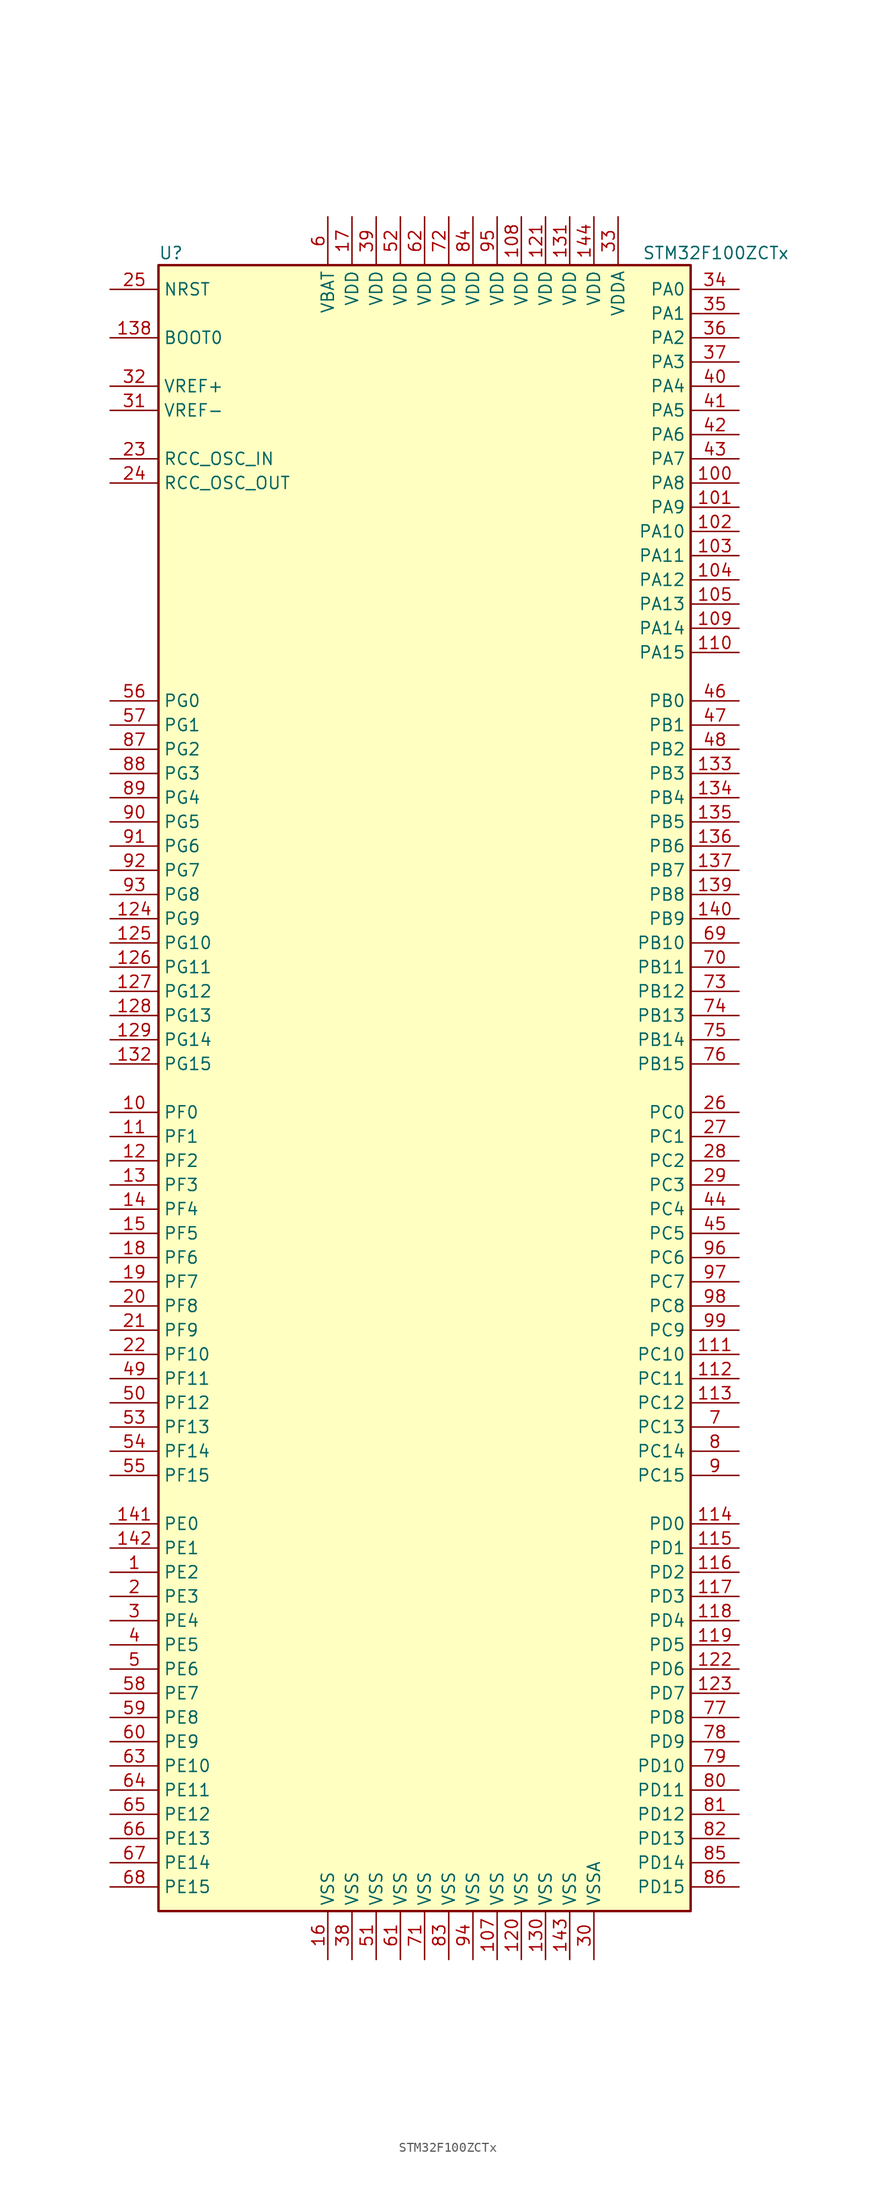
<source format=kicad_sym>
(kicad_symbol_lib
  (version 20201005)
  (generator kicad_symbol_editor)
  (symbol "STM32F100ZCTx"
    (property "Reference" "U"
      (at -27.94 87.63 0)
      (effects (font (size 1.27 1.27)) (justify left)))
    (property "Value" "STM32F100ZCTx"
      (at 22.86 87.63 0)
      (effects (font (size 1.27 1.27)) (justify left)))
    (symbol "STM32F100ZCTx_0_1"
      (rectangle (start -27.94 -86.36) (end 27.94 86.36) (stroke (width 0.254)) (fill (type background))))
    (symbol "STM32F100ZCTx_1_1"
      (pin input line (at -33.02 78.74 0) (length 5.08) (name "BOOT0" (effects (font (size 1.27 1.27)))) (number "138" (effects (font (size 1.27 1.27)))))
      (pin no_connect line (at -27.94 -83.82 0) (length 5.08) hide (name "NC" (effects (font (size 1.27 1.27)))) (number "106" (effects (font (size 1.27 1.27)))))
      (pin input line (at -33.02 83.82 0) (length 5.08) (name "NRST" (effects (font (size 1.27 1.27)))) (number "25" (effects (font (size 1.27 1.27)))))
      (pin bidirectional line (at 33.02 83.82 180) (length 5.08) (name "PA0" (effects (font (size 1.27 1.27)))) (number "34" (effects (font (size 1.27 1.27)))))
      (pin bidirectional line (at 33.02 81.28 180) (length 5.08) (name "PA1" (effects (font (size 1.27 1.27)))) (number "35" (effects (font (size 1.27 1.27)))))
      (pin bidirectional line (at 33.02 58.42 180) (length 5.08) (name "PA10" (effects (font (size 1.27 1.27)))) (number "102" (effects (font (size 1.27 1.27)))))
      (pin bidirectional line (at 33.02 55.88 180) (length 5.08) (name "PA11" (effects (font (size 1.27 1.27)))) (number "103" (effects (font (size 1.27 1.27)))))
      (pin bidirectional line (at 33.02 53.34 180) (length 5.08) (name "PA12" (effects (font (size 1.27 1.27)))) (number "104" (effects (font (size 1.27 1.27)))))
      (pin bidirectional line (at 33.02 50.8 180) (length 5.08) (name "PA13" (effects (font (size 1.27 1.27)))) (number "105" (effects (font (size 1.27 1.27)))))
      (pin bidirectional line (at 33.02 48.26 180) (length 5.08) (name "PA14" (effects (font (size 1.27 1.27)))) (number "109" (effects (font (size 1.27 1.27)))))
      (pin bidirectional line (at 33.02 45.72 180) (length 5.08) (name "PA15" (effects (font (size 1.27 1.27)))) (number "110" (effects (font (size 1.27 1.27)))))
      (pin bidirectional line (at 33.02 78.74 180) (length 5.08) (name "PA2" (effects (font (size 1.27 1.27)))) (number "36" (effects (font (size 1.27 1.27)))))
      (pin bidirectional line (at 33.02 76.2 180) (length 5.08) (name "PA3" (effects (font (size 1.27 1.27)))) (number "37" (effects (font (size 1.27 1.27)))))
      (pin bidirectional line (at 33.02 73.66 180) (length 5.08) (name "PA4" (effects (font (size 1.27 1.27)))) (number "40" (effects (font (size 1.27 1.27)))))
      (pin bidirectional line (at 33.02 71.12 180) (length 5.08) (name "PA5" (effects (font (size 1.27 1.27)))) (number "41" (effects (font (size 1.27 1.27)))))
      (pin bidirectional line (at 33.02 68.58 180) (length 5.08) (name "PA6" (effects (font (size 1.27 1.27)))) (number "42" (effects (font (size 1.27 1.27)))))
      (pin bidirectional line (at 33.02 66.04 180) (length 5.08) (name "PA7" (effects (font (size 1.27 1.27)))) (number "43" (effects (font (size 1.27 1.27)))))
      (pin bidirectional line (at 33.02 63.5 180) (length 5.08) (name "PA8" (effects (font (size 1.27 1.27)))) (number "100" (effects (font (size 1.27 1.27)))))
      (pin bidirectional line (at 33.02 60.96 180) (length 5.08) (name "PA9" (effects (font (size 1.27 1.27)))) (number "101" (effects (font (size 1.27 1.27)))))
      (pin bidirectional line (at 33.02 40.64 180) (length 5.08) (name "PB0" (effects (font (size 1.27 1.27)))) (number "46" (effects (font (size 1.27 1.27)))))
      (pin bidirectional line (at 33.02 38.1 180) (length 5.08) (name "PB1" (effects (font (size 1.27 1.27)))) (number "47" (effects (font (size 1.27 1.27)))))
      (pin bidirectional line (at 33.02 15.24 180) (length 5.08) (name "PB10" (effects (font (size 1.27 1.27)))) (number "69" (effects (font (size 1.27 1.27)))))
      (pin bidirectional line (at 33.02 12.7 180) (length 5.08) (name "PB11" (effects (font (size 1.27 1.27)))) (number "70" (effects (font (size 1.27 1.27)))))
      (pin bidirectional line (at 33.02 10.16 180) (length 5.08) (name "PB12" (effects (font (size 1.27 1.27)))) (number "73" (effects (font (size 1.27 1.27)))))
      (pin bidirectional line (at 33.02 7.62 180) (length 5.08) (name "PB13" (effects (font (size 1.27 1.27)))) (number "74" (effects (font (size 1.27 1.27)))))
      (pin bidirectional line (at 33.02 5.08 180) (length 5.08) (name "PB14" (effects (font (size 1.27 1.27)))) (number "75" (effects (font (size 1.27 1.27)))))
      (pin bidirectional line (at 33.02 2.54 180) (length 5.08) (name "PB15" (effects (font (size 1.27 1.27)))) (number "76" (effects (font (size 1.27 1.27)))))
      (pin bidirectional line (at 33.02 35.56 180) (length 5.08) (name "PB2" (effects (font (size 1.27 1.27)))) (number "48" (effects (font (size 1.27 1.27)))))
      (pin bidirectional line (at 33.02 33.02 180) (length 5.08) (name "PB3" (effects (font (size 1.27 1.27)))) (number "133" (effects (font (size 1.27 1.27)))))
      (pin bidirectional line (at 33.02 30.48 180) (length 5.08) (name "PB4" (effects (font (size 1.27 1.27)))) (number "134" (effects (font (size 1.27 1.27)))))
      (pin bidirectional line (at 33.02 27.94 180) (length 5.08) (name "PB5" (effects (font (size 1.27 1.27)))) (number "135" (effects (font (size 1.27 1.27)))))
      (pin bidirectional line (at 33.02 25.4 180) (length 5.08) (name "PB6" (effects (font (size 1.27 1.27)))) (number "136" (effects (font (size 1.27 1.27)))))
      (pin bidirectional line (at 33.02 22.86 180) (length 5.08) (name "PB7" (effects (font (size 1.27 1.27)))) (number "137" (effects (font (size 1.27 1.27)))))
      (pin bidirectional line (at 33.02 20.32 180) (length 5.08) (name "PB8" (effects (font (size 1.27 1.27)))) (number "139" (effects (font (size 1.27 1.27)))))
      (pin bidirectional line (at 33.02 17.78 180) (length 5.08) (name "PB9" (effects (font (size 1.27 1.27)))) (number "140" (effects (font (size 1.27 1.27)))))
      (pin bidirectional line (at 33.02 -2.54 180) (length 5.08) (name "PC0" (effects (font (size 1.27 1.27)))) (number "26" (effects (font (size 1.27 1.27)))))
      (pin bidirectional line (at 33.02 -5.08 180) (length 5.08) (name "PC1" (effects (font (size 1.27 1.27)))) (number "27" (effects (font (size 1.27 1.27)))))
      (pin bidirectional line (at 33.02 -27.94 180) (length 5.08) (name "PC10" (effects (font (size 1.27 1.27)))) (number "111" (effects (font (size 1.27 1.27)))))
      (pin bidirectional line (at 33.02 -30.48 180) (length 5.08) (name "PC11" (effects (font (size 1.27 1.27)))) (number "112" (effects (font (size 1.27 1.27)))))
      (pin bidirectional line (at 33.02 -33.02 180) (length 5.08) (name "PC12" (effects (font (size 1.27 1.27)))) (number "113" (effects (font (size 1.27 1.27)))))
      (pin bidirectional line (at 33.02 -35.56 180) (length 5.08) (name "PC13" (effects (font (size 1.27 1.27)))) (number "7" (effects (font (size 1.27 1.27)))))
      (pin bidirectional line (at 33.02 -38.1 180) (length 5.08) (name "PC14" (effects (font (size 1.27 1.27)))) (number "8" (effects (font (size 1.27 1.27)))))
      (pin bidirectional line (at 33.02 -40.64 180) (length 5.08) (name "PC15" (effects (font (size 1.27 1.27)))) (number "9" (effects (font (size 1.27 1.27)))))
      (pin bidirectional line (at 33.02 -7.62 180) (length 5.08) (name "PC2" (effects (font (size 1.27 1.27)))) (number "28" (effects (font (size 1.27 1.27)))))
      (pin bidirectional line (at 33.02 -10.16 180) (length 5.08) (name "PC3" (effects (font (size 1.27 1.27)))) (number "29" (effects (font (size 1.27 1.27)))))
      (pin bidirectional line (at 33.02 -12.7 180) (length 5.08) (name "PC4" (effects (font (size 1.27 1.27)))) (number "44" (effects (font (size 1.27 1.27)))))
      (pin bidirectional line (at 33.02 -15.24 180) (length 5.08) (name "PC5" (effects (font (size 1.27 1.27)))) (number "45" (effects (font (size 1.27 1.27)))))
      (pin bidirectional line (at 33.02 -17.78 180) (length 5.08) (name "PC6" (effects (font (size 1.27 1.27)))) (number "96" (effects (font (size 1.27 1.27)))))
      (pin bidirectional line (at 33.02 -20.32 180) (length 5.08) (name "PC7" (effects (font (size 1.27 1.27)))) (number "97" (effects (font (size 1.27 1.27)))))
      (pin bidirectional line (at 33.02 -22.86 180) (length 5.08) (name "PC8" (effects (font (size 1.27 1.27)))) (number "98" (effects (font (size 1.27 1.27)))))
      (pin bidirectional line (at 33.02 -25.4 180) (length 5.08) (name "PC9" (effects (font (size 1.27 1.27)))) (number "99" (effects (font (size 1.27 1.27)))))
      (pin bidirectional line (at 33.02 -45.72 180) (length 5.08) (name "PD0" (effects (font (size 1.27 1.27)))) (number "114" (effects (font (size 1.27 1.27)))))
      (pin bidirectional line (at 33.02 -48.26 180) (length 5.08) (name "PD1" (effects (font (size 1.27 1.27)))) (number "115" (effects (font (size 1.27 1.27)))))
      (pin bidirectional line (at 33.02 -71.12 180) (length 5.08) (name "PD10" (effects (font (size 1.27 1.27)))) (number "79" (effects (font (size 1.27 1.27)))))
      (pin bidirectional line (at 33.02 -73.66 180) (length 5.08) (name "PD11" (effects (font (size 1.27 1.27)))) (number "80" (effects (font (size 1.27 1.27)))))
      (pin bidirectional line (at 33.02 -76.2 180) (length 5.08) (name "PD12" (effects (font (size 1.27 1.27)))) (number "81" (effects (font (size 1.27 1.27)))))
      (pin bidirectional line (at 33.02 -78.74 180) (length 5.08) (name "PD13" (effects (font (size 1.27 1.27)))) (number "82" (effects (font (size 1.27 1.27)))))
      (pin bidirectional line (at 33.02 -81.28 180) (length 5.08) (name "PD14" (effects (font (size 1.27 1.27)))) (number "85" (effects (font (size 1.27 1.27)))))
      (pin bidirectional line (at 33.02 -83.82 180) (length 5.08) (name "PD15" (effects (font (size 1.27 1.27)))) (number "86" (effects (font (size 1.27 1.27)))))
      (pin bidirectional line (at 33.02 -50.8 180) (length 5.08) (name "PD2" (effects (font (size 1.27 1.27)))) (number "116" (effects (font (size 1.27 1.27)))))
      (pin bidirectional line (at 33.02 -53.34 180) (length 5.08) (name "PD3" (effects (font (size 1.27 1.27)))) (number "117" (effects (font (size 1.27 1.27)))))
      (pin bidirectional line (at 33.02 -55.88 180) (length 5.08) (name "PD4" (effects (font (size 1.27 1.27)))) (number "118" (effects (font (size 1.27 1.27)))))
      (pin bidirectional line (at 33.02 -58.42 180) (length 5.08) (name "PD5" (effects (font (size 1.27 1.27)))) (number "119" (effects (font (size 1.27 1.27)))))
      (pin bidirectional line (at 33.02 -60.96 180) (length 5.08) (name "PD6" (effects (font (size 1.27 1.27)))) (number "122" (effects (font (size 1.27 1.27)))))
      (pin bidirectional line (at 33.02 -63.5 180) (length 5.08) (name "PD7" (effects (font (size 1.27 1.27)))) (number "123" (effects (font (size 1.27 1.27)))))
      (pin bidirectional line (at 33.02 -66.04 180) (length 5.08) (name "PD8" (effects (font (size 1.27 1.27)))) (number "77" (effects (font (size 1.27 1.27)))))
      (pin bidirectional line (at 33.02 -68.58 180) (length 5.08) (name "PD9" (effects (font (size 1.27 1.27)))) (number "78" (effects (font (size 1.27 1.27)))))
      (pin bidirectional line (at -33.02 -45.72 0) (length 5.08) (name "PE0" (effects (font (size 1.27 1.27)))) (number "141" (effects (font (size 1.27 1.27)))))
      (pin bidirectional line (at -33.02 -48.26 0) (length 5.08) (name "PE1" (effects (font (size 1.27 1.27)))) (number "142" (effects (font (size 1.27 1.27)))))
      (pin bidirectional line (at -33.02 -71.12 0) (length 5.08) (name "PE10" (effects (font (size 1.27 1.27)))) (number "63" (effects (font (size 1.27 1.27)))))
      (pin bidirectional line (at -33.02 -73.66 0) (length 5.08) (name "PE11" (effects (font (size 1.27 1.27)))) (number "64" (effects (font (size 1.27 1.27)))))
      (pin bidirectional line (at -33.02 -76.2 0) (length 5.08) (name "PE12" (effects (font (size 1.27 1.27)))) (number "65" (effects (font (size 1.27 1.27)))))
      (pin bidirectional line (at -33.02 -78.74 0) (length 5.08) (name "PE13" (effects (font (size 1.27 1.27)))) (number "66" (effects (font (size 1.27 1.27)))))
      (pin bidirectional line (at -33.02 -81.28 0) (length 5.08) (name "PE14" (effects (font (size 1.27 1.27)))) (number "67" (effects (font (size 1.27 1.27)))))
      (pin bidirectional line (at -33.02 -83.82 0) (length 5.08) (name "PE15" (effects (font (size 1.27 1.27)))) (number "68" (effects (font (size 1.27 1.27)))))
      (pin bidirectional line (at -33.02 -50.8 0) (length 5.08) (name "PE2" (effects (font (size 1.27 1.27)))) (number "1" (effects (font (size 1.27 1.27)))))
      (pin bidirectional line (at -33.02 -53.34 0) (length 5.08) (name "PE3" (effects (font (size 1.27 1.27)))) (number "2" (effects (font (size 1.27 1.27)))))
      (pin bidirectional line (at -33.02 -55.88 0) (length 5.08) (name "PE4" (effects (font (size 1.27 1.27)))) (number "3" (effects (font (size 1.27 1.27)))))
      (pin bidirectional line (at -33.02 -58.42 0) (length 5.08) (name "PE5" (effects (font (size 1.27 1.27)))) (number "4" (effects (font (size 1.27 1.27)))))
      (pin bidirectional line (at -33.02 -60.96 0) (length 5.08) (name "PE6" (effects (font (size 1.27 1.27)))) (number "5" (effects (font (size 1.27 1.27)))))
      (pin bidirectional line (at -33.02 -63.5 0) (length 5.08) (name "PE7" (effects (font (size 1.27 1.27)))) (number "58" (effects (font (size 1.27 1.27)))))
      (pin bidirectional line (at -33.02 -66.04 0) (length 5.08) (name "PE8" (effects (font (size 1.27 1.27)))) (number "59" (effects (font (size 1.27 1.27)))))
      (pin bidirectional line (at -33.02 -68.58 0) (length 5.08) (name "PE9" (effects (font (size 1.27 1.27)))) (number "60" (effects (font (size 1.27 1.27)))))
      (pin bidirectional line (at -33.02 -2.54 0) (length 5.08) (name "PF0" (effects (font (size 1.27 1.27)))) (number "10" (effects (font (size 1.27 1.27)))))
      (pin bidirectional line (at -33.02 -5.08 0) (length 5.08) (name "PF1" (effects (font (size 1.27 1.27)))) (number "11" (effects (font (size 1.27 1.27)))))
      (pin bidirectional line (at -33.02 -27.94 0) (length 5.08) (name "PF10" (effects (font (size 1.27 1.27)))) (number "22" (effects (font (size 1.27 1.27)))))
      (pin bidirectional line (at -33.02 -30.48 0) (length 5.08) (name "PF11" (effects (font (size 1.27 1.27)))) (number "49" (effects (font (size 1.27 1.27)))))
      (pin bidirectional line (at -33.02 -33.02 0) (length 5.08) (name "PF12" (effects (font (size 1.27 1.27)))) (number "50" (effects (font (size 1.27 1.27)))))
      (pin bidirectional line (at -33.02 -35.56 0) (length 5.08) (name "PF13" (effects (font (size 1.27 1.27)))) (number "53" (effects (font (size 1.27 1.27)))))
      (pin bidirectional line (at -33.02 -38.1 0) (length 5.08) (name "PF14" (effects (font (size 1.27 1.27)))) (number "54" (effects (font (size 1.27 1.27)))))
      (pin bidirectional line (at -33.02 -40.64 0) (length 5.08) (name "PF15" (effects (font (size 1.27 1.27)))) (number "55" (effects (font (size 1.27 1.27)))))
      (pin bidirectional line (at -33.02 -7.62 0) (length 5.08) (name "PF2" (effects (font (size 1.27 1.27)))) (number "12" (effects (font (size 1.27 1.27)))))
      (pin bidirectional line (at -33.02 -10.16 0) (length 5.08) (name "PF3" (effects (font (size 1.27 1.27)))) (number "13" (effects (font (size 1.27 1.27)))))
      (pin bidirectional line (at -33.02 -12.7 0) (length 5.08) (name "PF4" (effects (font (size 1.27 1.27)))) (number "14" (effects (font (size 1.27 1.27)))))
      (pin bidirectional line (at -33.02 -15.24 0) (length 5.08) (name "PF5" (effects (font (size 1.27 1.27)))) (number "15" (effects (font (size 1.27 1.27)))))
      (pin bidirectional line (at -33.02 -17.78 0) (length 5.08) (name "PF6" (effects (font (size 1.27 1.27)))) (number "18" (effects (font (size 1.27 1.27)))))
      (pin bidirectional line (at -33.02 -20.32 0) (length 5.08) (name "PF7" (effects (font (size 1.27 1.27)))) (number "19" (effects (font (size 1.27 1.27)))))
      (pin bidirectional line (at -33.02 -22.86 0) (length 5.08) (name "PF8" (effects (font (size 1.27 1.27)))) (number "20" (effects (font (size 1.27 1.27)))))
      (pin bidirectional line (at -33.02 -25.4 0) (length 5.08) (name "PF9" (effects (font (size 1.27 1.27)))) (number "21" (effects (font (size 1.27 1.27)))))
      (pin bidirectional line (at -33.02 40.64 0) (length 5.08) (name "PG0" (effects (font (size 1.27 1.27)))) (number "56" (effects (font (size 1.27 1.27)))))
      (pin bidirectional line (at -33.02 38.1 0) (length 5.08) (name "PG1" (effects (font (size 1.27 1.27)))) (number "57" (effects (font (size 1.27 1.27)))))
      (pin bidirectional line (at -33.02 15.24 0) (length 5.08) (name "PG10" (effects (font (size 1.27 1.27)))) (number "125" (effects (font (size 1.27 1.27)))))
      (pin bidirectional line (at -33.02 12.7 0) (length 5.08) (name "PG11" (effects (font (size 1.27 1.27)))) (number "126" (effects (font (size 1.27 1.27)))))
      (pin bidirectional line (at -33.02 10.16 0) (length 5.08) (name "PG12" (effects (font (size 1.27 1.27)))) (number "127" (effects (font (size 1.27 1.27)))))
      (pin bidirectional line (at -33.02 7.62 0) (length 5.08) (name "PG13" (effects (font (size 1.27 1.27)))) (number "128" (effects (font (size 1.27 1.27)))))
      (pin bidirectional line (at -33.02 5.08 0) (length 5.08) (name "PG14" (effects (font (size 1.27 1.27)))) (number "129" (effects (font (size 1.27 1.27)))))
      (pin bidirectional line (at -33.02 2.54 0) (length 5.08) (name "PG15" (effects (font (size 1.27 1.27)))) (number "132" (effects (font (size 1.27 1.27)))))
      (pin bidirectional line (at -33.02 35.56 0) (length 5.08) (name "PG2" (effects (font (size 1.27 1.27)))) (number "87" (effects (font (size 1.27 1.27)))))
      (pin bidirectional line (at -33.02 33.02 0) (length 5.08) (name "PG3" (effects (font (size 1.27 1.27)))) (number "88" (effects (font (size 1.27 1.27)))))
      (pin bidirectional line (at -33.02 30.48 0) (length 5.08) (name "PG4" (effects (font (size 1.27 1.27)))) (number "89" (effects (font (size 1.27 1.27)))))
      (pin bidirectional line (at -33.02 27.94 0) (length 5.08) (name "PG5" (effects (font (size 1.27 1.27)))) (number "90" (effects (font (size 1.27 1.27)))))
      (pin bidirectional line (at -33.02 25.4 0) (length 5.08) (name "PG6" (effects (font (size 1.27 1.27)))) (number "91" (effects (font (size 1.27 1.27)))))
      (pin bidirectional line (at -33.02 22.86 0) (length 5.08) (name "PG7" (effects (font (size 1.27 1.27)))) (number "92" (effects (font (size 1.27 1.27)))))
      (pin bidirectional line (at -33.02 20.32 0) (length 5.08) (name "PG8" (effects (font (size 1.27 1.27)))) (number "93" (effects (font (size 1.27 1.27)))))
      (pin bidirectional line (at -33.02 17.78 0) (length 5.08) (name "PG9" (effects (font (size 1.27 1.27)))) (number "124" (effects (font (size 1.27 1.27)))))
      (pin input line (at -33.02 66.04 0) (length 5.08) (name "RCC_OSC_IN" (effects (font (size 1.27 1.27)))) (number "23" (effects (font (size 1.27 1.27)))))
      (pin input line (at -33.02 63.5 0) (length 5.08) (name "RCC_OSC_OUT" (effects (font (size 1.27 1.27)))) (number "24" (effects (font (size 1.27 1.27)))))
      (pin power_in line (at -10.16 91.44 270) (length 5.08) (name "VBAT" (effects (font (size 1.27 1.27)))) (number "6" (effects (font (size 1.27 1.27)))))
      (pin power_in line (at 10.16 91.44 270) (length 5.08) (name "VDD" (effects (font (size 1.27 1.27)))) (number "108" (effects (font (size 1.27 1.27)))))
      (pin power_in line (at 12.7 91.44 270) (length 5.08) (name "VDD" (effects (font (size 1.27 1.27)))) (number "121" (effects (font (size 1.27 1.27)))))
      (pin power_in line (at 15.24 91.44 270) (length 5.08) (name "VDD" (effects (font (size 1.27 1.27)))) (number "131" (effects (font (size 1.27 1.27)))))
      (pin power_in line (at 17.78 91.44 270) (length 5.08) (name "VDD" (effects (font (size 1.27 1.27)))) (number "144" (effects (font (size 1.27 1.27)))))
      (pin power_in line (at -7.62 91.44 270) (length 5.08) (name "VDD" (effects (font (size 1.27 1.27)))) (number "17" (effects (font (size 1.27 1.27)))))
      (pin power_in line (at -5.08 91.44 270) (length 5.08) (name "VDD" (effects (font (size 1.27 1.27)))) (number "39" (effects (font (size 1.27 1.27)))))
      (pin power_in line (at -2.54 91.44 270) (length 5.08) (name "VDD" (effects (font (size 1.27 1.27)))) (number "52" (effects (font (size 1.27 1.27)))))
      (pin power_in line (at 0 91.44 270) (length 5.08) (name "VDD" (effects (font (size 1.27 1.27)))) (number "62" (effects (font (size 1.27 1.27)))))
      (pin power_in line (at 2.54 91.44 270) (length 5.08) (name "VDD" (effects (font (size 1.27 1.27)))) (number "72" (effects (font (size 1.27 1.27)))))
      (pin power_in line (at 5.08 91.44 270) (length 5.08) (name "VDD" (effects (font (size 1.27 1.27)))) (number "84" (effects (font (size 1.27 1.27)))))
      (pin power_in line (at 7.62 91.44 270) (length 5.08) (name "VDD" (effects (font (size 1.27 1.27)))) (number "95" (effects (font (size 1.27 1.27)))))
      (pin power_in line (at 20.32 91.44 270) (length 5.08) (name "VDDA" (effects (font (size 1.27 1.27)))) (number "33" (effects (font (size 1.27 1.27)))))
      (pin power_in line (at -33.02 73.66 0) (length 5.08) (name "VREF+" (effects (font (size 1.27 1.27)))) (number "32" (effects (font (size 1.27 1.27)))))
      (pin power_in line (at -33.02 71.12 0) (length 5.08) (name "VREF-" (effects (font (size 1.27 1.27)))) (number "31" (effects (font (size 1.27 1.27)))))
      (pin power_in line (at 7.62 -91.44 90) (length 5.08) (name "VSS" (effects (font (size 1.27 1.27)))) (number "107" (effects (font (size 1.27 1.27)))))
      (pin power_in line (at 10.16 -91.44 90) (length 5.08) (name "VSS" (effects (font (size 1.27 1.27)))) (number "120" (effects (font (size 1.27 1.27)))))
      (pin power_in line (at 12.7 -91.44 90) (length 5.08) (name "VSS" (effects (font (size 1.27 1.27)))) (number "130" (effects (font (size 1.27 1.27)))))
      (pin power_in line (at 15.24 -91.44 90) (length 5.08) (name "VSS" (effects (font (size 1.27 1.27)))) (number "143" (effects (font (size 1.27 1.27)))))
      (pin power_in line (at -10.16 -91.44 90) (length 5.08) (name "VSS" (effects (font (size 1.27 1.27)))) (number "16" (effects (font (size 1.27 1.27)))))
      (pin power_in line (at -7.62 -91.44 90) (length 5.08) (name "VSS" (effects (font (size 1.27 1.27)))) (number "38" (effects (font (size 1.27 1.27)))))
      (pin power_in line (at -5.08 -91.44 90) (length 5.08) (name "VSS" (effects (font (size 1.27 1.27)))) (number "51" (effects (font (size 1.27 1.27)))))
      (pin power_in line (at -2.54 -91.44 90) (length 5.08) (name "VSS" (effects (font (size 1.27 1.27)))) (number "61" (effects (font (size 1.27 1.27)))))
      (pin power_in line (at 0 -91.44 90) (length 5.08) (name "VSS" (effects (font (size 1.27 1.27)))) (number "71" (effects (font (size 1.27 1.27)))))
      (pin power_in line (at 2.54 -91.44 90) (length 5.08) (name "VSS" (effects (font (size 1.27 1.27)))) (number "83" (effects (font (size 1.27 1.27)))))
      (pin power_in line (at 5.08 -91.44 90) (length 5.08) (name "VSS" (effects (font (size 1.27 1.27)))) (number "94" (effects (font (size 1.27 1.27)))))
      (pin power_in line (at 17.78 -91.44 90) (length 5.08) (name "VSSA" (effects (font (size 1.27 1.27)))) (number "30" (effects (font (size 1.27 1.27))))))))
</source>
